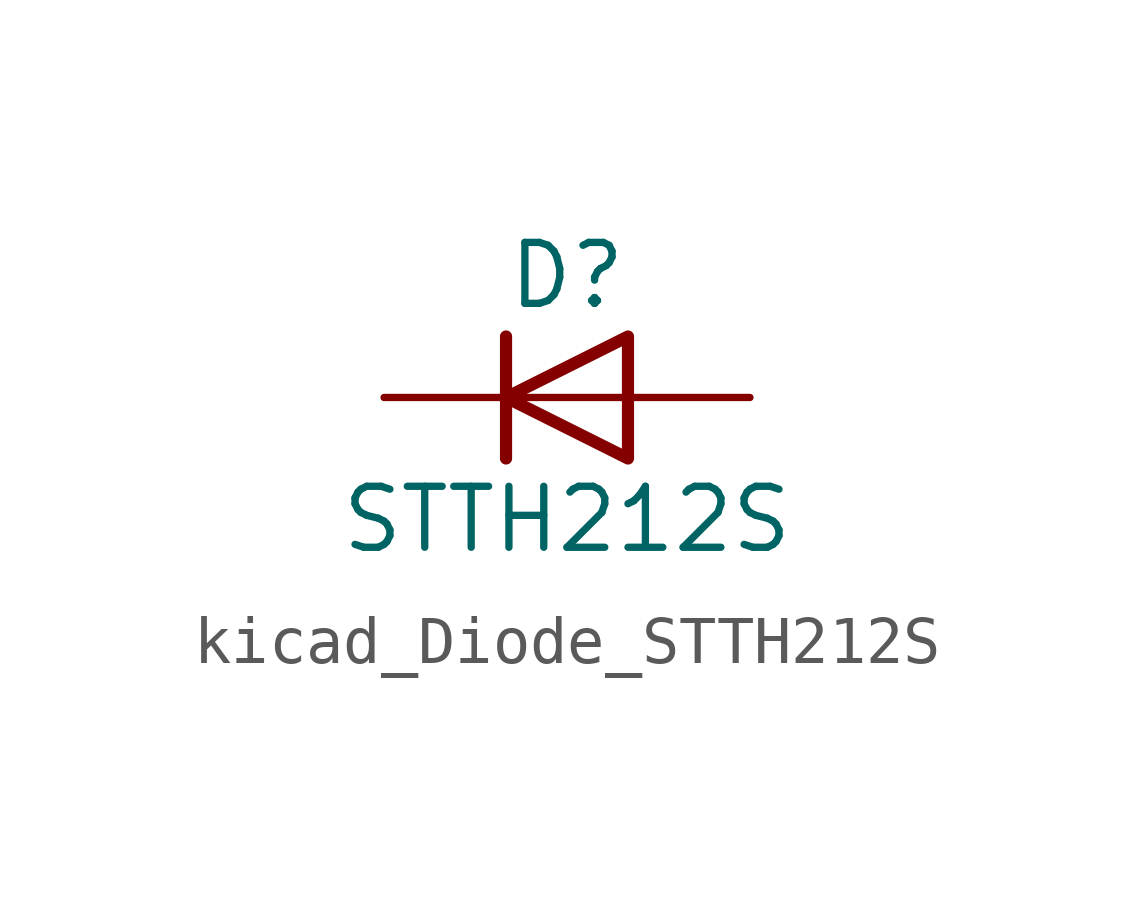
<source format=kicad_sym>
(kicad_symbol_lib
  (version 20220914)
  (generator kicad_symbol_editor)
  (symbol "kicad_Diode_STTH212S"
    (pin_numbers hide)
    (pin_names
      (offset 1.016) hide)
    (property "Reference" "D"
      (at 0 2.54 0)
      (effects (font (size 1.27 1.27))))
    (property "Value" "STTH212S"
      (at 0 -2.54 0)
      (effects (font (size 1.27 1.27))))
    (symbol "kicad_Diode_STTH212S_0_1"
      (polyline (pts (xy -1.27 1.27) (xy -1.27 -1.27)) (stroke (width 0.254) (type default)) (fill (type none)))
      (polyline (pts (xy 1.27 0) (xy -1.27 0)) (stroke (width 0) (type default)) (fill (type none)))
      (polyline (pts (xy 1.27 1.27) (xy 1.27 -1.27) (xy -1.27 0) (xy 1.27 1.27)) (stroke (width 0.254) (type default)) (fill (type none))))
    (symbol "kicad_Diode_STTH212S_1_1"
      (pin passive line (at -3.81 0 0) (length 2.54) (name "K" (effects (font (size 1.27 1.27)))) (number "1" (effects (font (size 1.27 1.27)))))
      (pin passive line (at 3.81 0 180) (length 2.54) (name "A" (effects (font (size 1.27 1.27)))) (number "2" (effects (font (size 1.27 1.27))))))))
</source>
